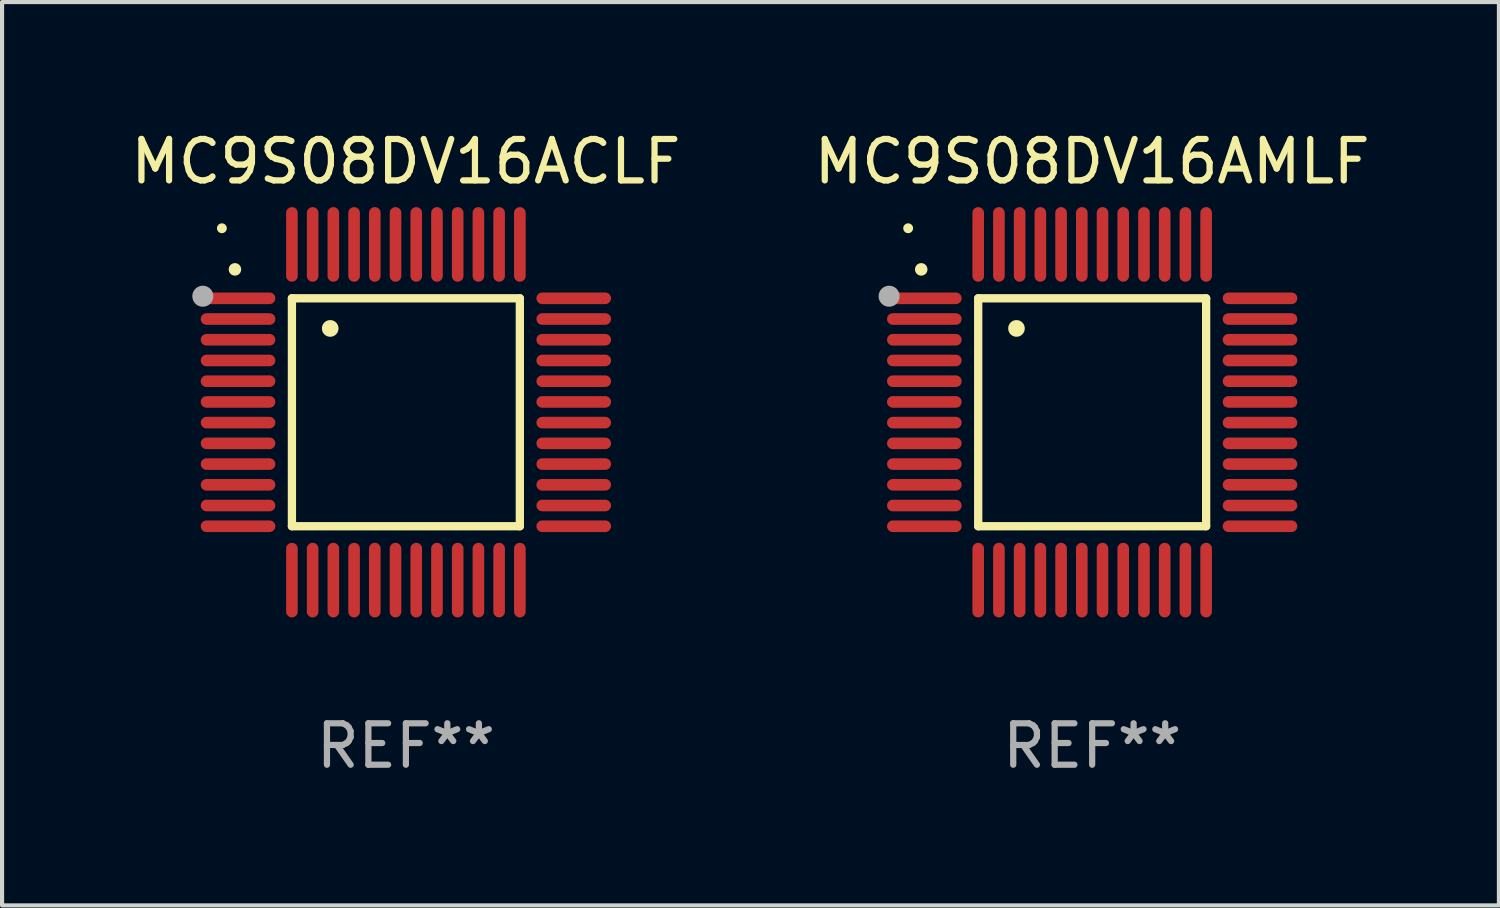
<source format=kicad_pcb>
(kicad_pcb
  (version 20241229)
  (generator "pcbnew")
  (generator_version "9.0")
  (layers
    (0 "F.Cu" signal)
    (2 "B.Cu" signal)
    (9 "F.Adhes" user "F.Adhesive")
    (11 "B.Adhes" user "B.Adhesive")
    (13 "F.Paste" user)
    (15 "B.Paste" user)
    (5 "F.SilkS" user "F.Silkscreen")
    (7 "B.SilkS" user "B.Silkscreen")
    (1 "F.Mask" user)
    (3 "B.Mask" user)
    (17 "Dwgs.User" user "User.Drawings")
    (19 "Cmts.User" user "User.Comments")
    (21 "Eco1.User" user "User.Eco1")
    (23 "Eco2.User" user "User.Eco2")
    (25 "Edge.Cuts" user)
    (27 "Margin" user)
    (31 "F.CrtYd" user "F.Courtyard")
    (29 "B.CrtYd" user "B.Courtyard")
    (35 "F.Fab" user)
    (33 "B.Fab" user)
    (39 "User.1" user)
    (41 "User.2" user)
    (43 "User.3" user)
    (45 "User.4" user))
  (footprint "MC9S08DV16AMLF"
    (layer "F.Cu")
    (at 23.304 6.898)
    (property "Reference" "MC9S08DV16AMLF" (at 0 -6.05 0) (layer "F.SilkS") (effects (font (size 1 1) (thickness 0.15))))
    (attr through_hole)
    (fp_line (start -2.75 -2.75) (end 2.75 -2.75) (stroke (width 0.2) (type solid)) (layer "F.SilkS"))
    (fp_line (start -2.75 2.75) (end -2.75 -2.75) (stroke (width 0.2) (type solid)) (layer "F.SilkS"))
    (fp_line (start 2.75 -2.75) (end 2.75 2.75) (stroke (width 0.2) (type solid)) (layer "F.SilkS"))
    (fp_line (start 2.75 2.75) (end -2.75 2.75) (stroke (width 0.2) (type solid)) (layer "F.SilkS"))
    (fp_arc (start -4.124968 -3.446787) (mid -4.124973 -3.448057) (end -4.124968 -3.449327) (stroke (width 0.3) (type solid)) (layer "F.SilkS"))
    (fp_arc (start -1.826264 -2.021844) (mid -1.826268 -2.023114) (end -1.826264 -2.024384) (stroke (width 0.4) (type solid)) (layer "F.SilkS"))
    (fp_circle (center -4.44 -4.44) (end -4.38 -4.44) (stroke (width 0.12) (type solid)) (fill no) (layer "F.SilkS"))
    (fp_circle (center -4.9 -2.8) (end -4.773 -2.8) (stroke (width 0.254) (type solid)) (fill no) (layer "F.Fab"))
    (fp_text user "REF**" (at 0 8.05 0) (layer "F.Fab") (effects (font (size 1 1) (thickness 0.15))))
    (pad "1" smd oval (at -4.05 -2.75 90) (size 0.28 1.8) (layers "F.Cu" "F.Mask" "F.Paste"))
    (pad "2" smd oval (at -4.05 -2.25 90) (size 0.28 1.8) (layers "F.Cu" "F.Mask" "F.Paste"))
    (pad "3" smd oval (at -4.05 -1.75 90) (size 0.28 1.8) (layers "F.Cu" "F.Mask" "F.Paste"))
    (pad "4" smd oval (at -4.05 -1.25 90) (size 0.28 1.8) (layers "F.Cu" "F.Mask" "F.Paste"))
    (pad "5" smd oval (at -4.05 -0.75 90) (size 0.28 1.8) (layers "F.Cu" "F.Mask" "F.Paste"))
    (pad "6" smd oval (at -4.05 -0.25 90) (size 0.28 1.8) (layers "F.Cu" "F.Mask" "F.Paste"))
    (pad "7" smd oval (at -4.05 0.25 90) (size 0.28 1.8) (layers "F.Cu" "F.Mask" "F.Paste"))
    (pad "8" smd oval (at -4.05 0.75 90) (size 0.28 1.8) (layers "F.Cu" "F.Mask" "F.Paste"))
    (pad "9" smd oval (at -4.05 1.25 90) (size 0.28 1.8) (layers "F.Cu" "F.Mask" "F.Paste"))
    (pad "10" smd oval (at -4.05 1.75 90) (size 0.28 1.8) (layers "F.Cu" "F.Mask" "F.Paste"))
    (pad "11" smd oval (at -4.05 2.25 90) (size 0.28 1.8) (layers "F.Cu" "F.Mask" "F.Paste"))
    (pad "12" smd oval (at -4.05 2.75 90) (size 0.28 1.8) (layers "F.Cu" "F.Mask" "F.Paste"))
    (pad "13" smd oval (at -2.75 4.05) (size 0.28 1.8) (layers "F.Cu" "F.Mask" "F.Paste"))
    (pad "14" smd oval (at -2.25 4.05) (size 0.28 1.8) (layers "F.Cu" "F.Mask" "F.Paste"))
    (pad "15" smd oval (at -1.75 4.05) (size 0.28 1.8) (layers "F.Cu" "F.Mask" "F.Paste"))
    (pad "16" smd oval (at -1.25 4.05) (size 0.28 1.8) (layers "F.Cu" "F.Mask" "F.Paste"))
    (pad "17" smd oval (at -0.75 4.05) (size 0.28 1.8) (layers "F.Cu" "F.Mask" "F.Paste"))
    (pad "18" smd oval (at -0.25 4.05) (size 0.28 1.8) (layers "F.Cu" "F.Mask" "F.Paste"))
    (pad "19" smd oval (at 0.25 4.05) (size 0.28 1.8) (layers "F.Cu" "F.Mask" "F.Paste"))
    (pad "20" smd oval (at 0.75 4.05) (size 0.28 1.8) (layers "F.Cu" "F.Mask" "F.Paste"))
    (pad "21" smd oval (at 1.25 4.05) (size 0.28 1.8) (layers "F.Cu" "F.Mask" "F.Paste"))
    (pad "22" smd oval (at 1.75 4.05) (size 0.28 1.8) (layers "F.Cu" "F.Mask" "F.Paste"))
    (pad "23" smd oval (at 2.25 4.05) (size 0.28 1.8) (layers "F.Cu" "F.Mask" "F.Paste"))
    (pad "24" smd oval (at 2.75 4.05) (size 0.28 1.8) (layers "F.Cu" "F.Mask" "F.Paste"))
    (pad "25" smd oval (at 4.05 2.75 90) (size 0.28 1.8) (layers "F.Cu" "F.Mask" "F.Paste"))
    (pad "26" smd oval (at 4.05 2.25 90) (size 0.28 1.8) (layers "F.Cu" "F.Mask" "F.Paste"))
    (pad "27" smd oval (at 4.05 1.75 90) (size 0.28 1.8) (layers "F.Cu" "F.Mask" "F.Paste"))
    (pad "28" smd oval (at 4.05 1.25 90) (size 0.28 1.8) (layers "F.Cu" "F.Mask" "F.Paste"))
    (pad "29" smd oval (at 4.05 0.75 90) (size 0.28 1.8) (layers "F.Cu" "F.Mask" "F.Paste"))
    (pad "30" smd oval (at 4.05 0.25 90) (size 0.28 1.8) (layers "F.Cu" "F.Mask" "F.Paste"))
    (pad "31" smd oval (at 4.05 -0.25 90) (size 0.28 1.8) (layers "F.Cu" "F.Mask" "F.Paste"))
    (pad "32" smd oval (at 4.05 -0.75 90) (size 0.28 1.8) (layers "F.Cu" "F.Mask" "F.Paste"))
    (pad "33" smd oval (at 4.05 -1.25 90) (size 0.28 1.8) (layers "F.Cu" "F.Mask" "F.Paste"))
    (pad "34" smd oval (at 4.05 -1.75 90) (size 0.28 1.8) (layers "F.Cu" "F.Mask" "F.Paste"))
    (pad "35" smd oval (at 4.05 -2.25 90) (size 0.28 1.8) (layers "F.Cu" "F.Mask" "F.Paste"))
    (pad "36" smd oval (at 4.05 -2.75 90) (size 0.28 1.8) (layers "F.Cu" "F.Mask" "F.Paste"))
    (pad "37" smd oval (at 2.75 -4.05) (size 0.28 1.8) (layers "F.Cu" "F.Mask" "F.Paste"))
    (pad "38" smd oval (at 2.25 -4.05) (size 0.28 1.8) (layers "F.Cu" "F.Mask" "F.Paste"))
    (pad "39" smd oval (at 1.75 -4.05) (size 0.28 1.8) (layers "F.Cu" "F.Mask" "F.Paste"))
    (pad "40" smd oval (at 1.25 -4.05) (size 0.28 1.8) (layers "F.Cu" "F.Mask" "F.Paste"))
    (pad "41" smd oval (at 0.75 -4.05) (size 0.28 1.8) (layers "F.Cu" "F.Mask" "F.Paste"))
    (pad "42" smd oval (at 0.25 -4.05) (size 0.28 1.8) (layers "F.Cu" "F.Mask" "F.Paste"))
    (pad "43" smd oval (at -0.25 -4.05) (size 0.28 1.8) (layers "F.Cu" "F.Mask" "F.Paste"))
    (pad "44" smd oval (at -0.75 -4.05) (size 0.28 1.8) (layers "F.Cu" "F.Mask" "F.Paste"))
    (pad "45" smd oval (at -1.25 -4.05) (size 0.28 1.8) (layers "F.Cu" "F.Mask" "F.Paste"))
    (pad "46" smd oval (at -1.75 -4.05) (size 0.28 1.8) (layers "F.Cu" "F.Mask" "F.Paste"))
    (pad "47" smd oval (at -2.25 -4.05) (size 0.28 1.8) (layers "F.Cu" "F.Mask" "F.Paste"))
    (pad "48" smd oval (at -2.75 -4.05) (size 0.28 1.8) (layers "F.Cu" "F.Mask" "F.Paste")))
  (footprint "MC9S08DV16ACLF"
    (layer "F.Cu")
    (at 6.744 6.898)
    (property "Reference" "MC9S08DV16ACLF" (at 0 -6.05 0) (layer "F.SilkS") (effects (font (size 1 1) (thickness 0.15))))
    (attr through_hole)
    (fp_line (start -2.75 -2.75) (end 2.75 -2.75) (stroke (width 0.2) (type solid)) (layer "F.SilkS"))
    (fp_line (start -2.75 2.75) (end -2.75 -2.75) (stroke (width 0.2) (type solid)) (layer "F.SilkS"))
    (fp_line (start 2.75 -2.75) (end 2.75 2.75) (stroke (width 0.2) (type solid)) (layer "F.SilkS"))
    (fp_line (start 2.75 2.75) (end -2.75 2.75) (stroke (width 0.2) (type solid)) (layer "F.SilkS"))
    (fp_arc (start -4.124968 -3.446787) (mid -4.124973 -3.448057) (end -4.124968 -3.449327) (stroke (width 0.3) (type solid)) (layer "F.SilkS"))
    (fp_arc (start -1.826264 -2.021844) (mid -1.826268 -2.023114) (end -1.826264 -2.024384) (stroke (width 0.4) (type solid)) (layer "F.SilkS"))
    (fp_circle (center -4.44 -4.44) (end -4.38 -4.44) (stroke (width 0.12) (type solid)) (fill no) (layer "F.SilkS"))
    (fp_circle (center -4.9 -2.8) (end -4.773 -2.8) (stroke (width 0.254) (type solid)) (fill no) (layer "F.Fab"))
    (fp_text user "REF**" (at 0 8.05 0) (layer "F.Fab") (effects (font (size 1 1) (thickness 0.15))))
    (pad "1" smd oval (at -4.05 -2.75 90) (size 0.28 1.8) (layers "F.Cu" "F.Mask" "F.Paste"))
    (pad "2" smd oval (at -4.05 -2.25 90) (size 0.28 1.8) (layers "F.Cu" "F.Mask" "F.Paste"))
    (pad "3" smd oval (at -4.05 -1.75 90) (size 0.28 1.8) (layers "F.Cu" "F.Mask" "F.Paste"))
    (pad "4" smd oval (at -4.05 -1.25 90) (size 0.28 1.8) (layers "F.Cu" "F.Mask" "F.Paste"))
    (pad "5" smd oval (at -4.05 -0.75 90) (size 0.28 1.8) (layers "F.Cu" "F.Mask" "F.Paste"))
    (pad "6" smd oval (at -4.05 -0.25 90) (size 0.28 1.8) (layers "F.Cu" "F.Mask" "F.Paste"))
    (pad "7" smd oval (at -4.05 0.25 90) (size 0.28 1.8) (layers "F.Cu" "F.Mask" "F.Paste"))
    (pad "8" smd oval (at -4.05 0.75 90) (size 0.28 1.8) (layers "F.Cu" "F.Mask" "F.Paste"))
    (pad "9" smd oval (at -4.05 1.25 90) (size 0.28 1.8) (layers "F.Cu" "F.Mask" "F.Paste"))
    (pad "10" smd oval (at -4.05 1.75 90) (size 0.28 1.8) (layers "F.Cu" "F.Mask" "F.Paste"))
    (pad "11" smd oval (at -4.05 2.25 90) (size 0.28 1.8) (layers "F.Cu" "F.Mask" "F.Paste"))
    (pad "12" smd oval (at -4.05 2.75 90) (size 0.28 1.8) (layers "F.Cu" "F.Mask" "F.Paste"))
    (pad "13" smd oval (at -2.75 4.05) (size 0.28 1.8) (layers "F.Cu" "F.Mask" "F.Paste"))
    (pad "14" smd oval (at -2.25 4.05) (size 0.28 1.8) (layers "F.Cu" "F.Mask" "F.Paste"))
    (pad "15" smd oval (at -1.75 4.05) (size 0.28 1.8) (layers "F.Cu" "F.Mask" "F.Paste"))
    (pad "16" smd oval (at -1.25 4.05) (size 0.28 1.8) (layers "F.Cu" "F.Mask" "F.Paste"))
    (pad "17" smd oval (at -0.75 4.05) (size 0.28 1.8) (layers "F.Cu" "F.Mask" "F.Paste"))
    (pad "18" smd oval (at -0.25 4.05) (size 0.28 1.8) (layers "F.Cu" "F.Mask" "F.Paste"))
    (pad "19" smd oval (at 0.25 4.05) (size 0.28 1.8) (layers "F.Cu" "F.Mask" "F.Paste"))
    (pad "20" smd oval (at 0.75 4.05) (size 0.28 1.8) (layers "F.Cu" "F.Mask" "F.Paste"))
    (pad "21" smd oval (at 1.25 4.05) (size 0.28 1.8) (layers "F.Cu" "F.Mask" "F.Paste"))
    (pad "22" smd oval (at 1.75 4.05) (size 0.28 1.8) (layers "F.Cu" "F.Mask" "F.Paste"))
    (pad "23" smd oval (at 2.25 4.05) (size 0.28 1.8) (layers "F.Cu" "F.Mask" "F.Paste"))
    (pad "24" smd oval (at 2.75 4.05) (size 0.28 1.8) (layers "F.Cu" "F.Mask" "F.Paste"))
    (pad "25" smd oval (at 4.05 2.75 90) (size 0.28 1.8) (layers "F.Cu" "F.Mask" "F.Paste"))
    (pad "26" smd oval (at 4.05 2.25 90) (size 0.28 1.8) (layers "F.Cu" "F.Mask" "F.Paste"))
    (pad "27" smd oval (at 4.05 1.75 90) (size 0.28 1.8) (layers "F.Cu" "F.Mask" "F.Paste"))
    (pad "28" smd oval (at 4.05 1.25 90) (size 0.28 1.8) (layers "F.Cu" "F.Mask" "F.Paste"))
    (pad "29" smd oval (at 4.05 0.75 90) (size 0.28 1.8) (layers "F.Cu" "F.Mask" "F.Paste"))
    (pad "30" smd oval (at 4.05 0.25 90) (size 0.28 1.8) (layers "F.Cu" "F.Mask" "F.Paste"))
    (pad "31" smd oval (at 4.05 -0.25 90) (size 0.28 1.8) (layers "F.Cu" "F.Mask" "F.Paste"))
    (pad "32" smd oval (at 4.05 -0.75 90) (size 0.28 1.8) (layers "F.Cu" "F.Mask" "F.Paste"))
    (pad "33" smd oval (at 4.05 -1.25 90) (size 0.28 1.8) (layers "F.Cu" "F.Mask" "F.Paste"))
    (pad "34" smd oval (at 4.05 -1.75 90) (size 0.28 1.8) (layers "F.Cu" "F.Mask" "F.Paste"))
    (pad "35" smd oval (at 4.05 -2.25 90) (size 0.28 1.8) (layers "F.Cu" "F.Mask" "F.Paste"))
    (pad "36" smd oval (at 4.05 -2.75 90) (size 0.28 1.8) (layers "F.Cu" "F.Mask" "F.Paste"))
    (pad "37" smd oval (at 2.75 -4.05) (size 0.28 1.8) (layers "F.Cu" "F.Mask" "F.Paste"))
    (pad "38" smd oval (at 2.25 -4.05) (size 0.28 1.8) (layers "F.Cu" "F.Mask" "F.Paste"))
    (pad "39" smd oval (at 1.75 -4.05) (size 0.28 1.8) (layers "F.Cu" "F.Mask" "F.Paste"))
    (pad "40" smd oval (at 1.25 -4.05) (size 0.28 1.8) (layers "F.Cu" "F.Mask" "F.Paste"))
    (pad "41" smd oval (at 0.75 -4.05) (size 0.28 1.8) (layers "F.Cu" "F.Mask" "F.Paste"))
    (pad "42" smd oval (at 0.25 -4.05) (size 0.28 1.8) (layers "F.Cu" "F.Mask" "F.Paste"))
    (pad "43" smd oval (at -0.25 -4.05) (size 0.28 1.8) (layers "F.Cu" "F.Mask" "F.Paste"))
    (pad "44" smd oval (at -0.75 -4.05) (size 0.28 1.8) (layers "F.Cu" "F.Mask" "F.Paste"))
    (pad "45" smd oval (at -1.25 -4.05) (size 0.28 1.8) (layers "F.Cu" "F.Mask" "F.Paste"))
    (pad "46" smd oval (at -1.75 -4.05) (size 0.28 1.8) (layers "F.Cu" "F.Mask" "F.Paste"))
    (pad "47" smd oval (at -2.25 -4.05) (size 0.28 1.8) (layers "F.Cu" "F.Mask" "F.Paste"))
    (pad "48" smd oval (at -2.75 -4.05) (size 0.28 1.8) (layers "F.Cu" "F.Mask" "F.Paste")))
  (gr_rect
    (start -3 -3)
    (end 33.119 18.797)
    (stroke (width 0.1) (type default))
    (fill no)
    (layer "Edge.Cuts")))
</source>
